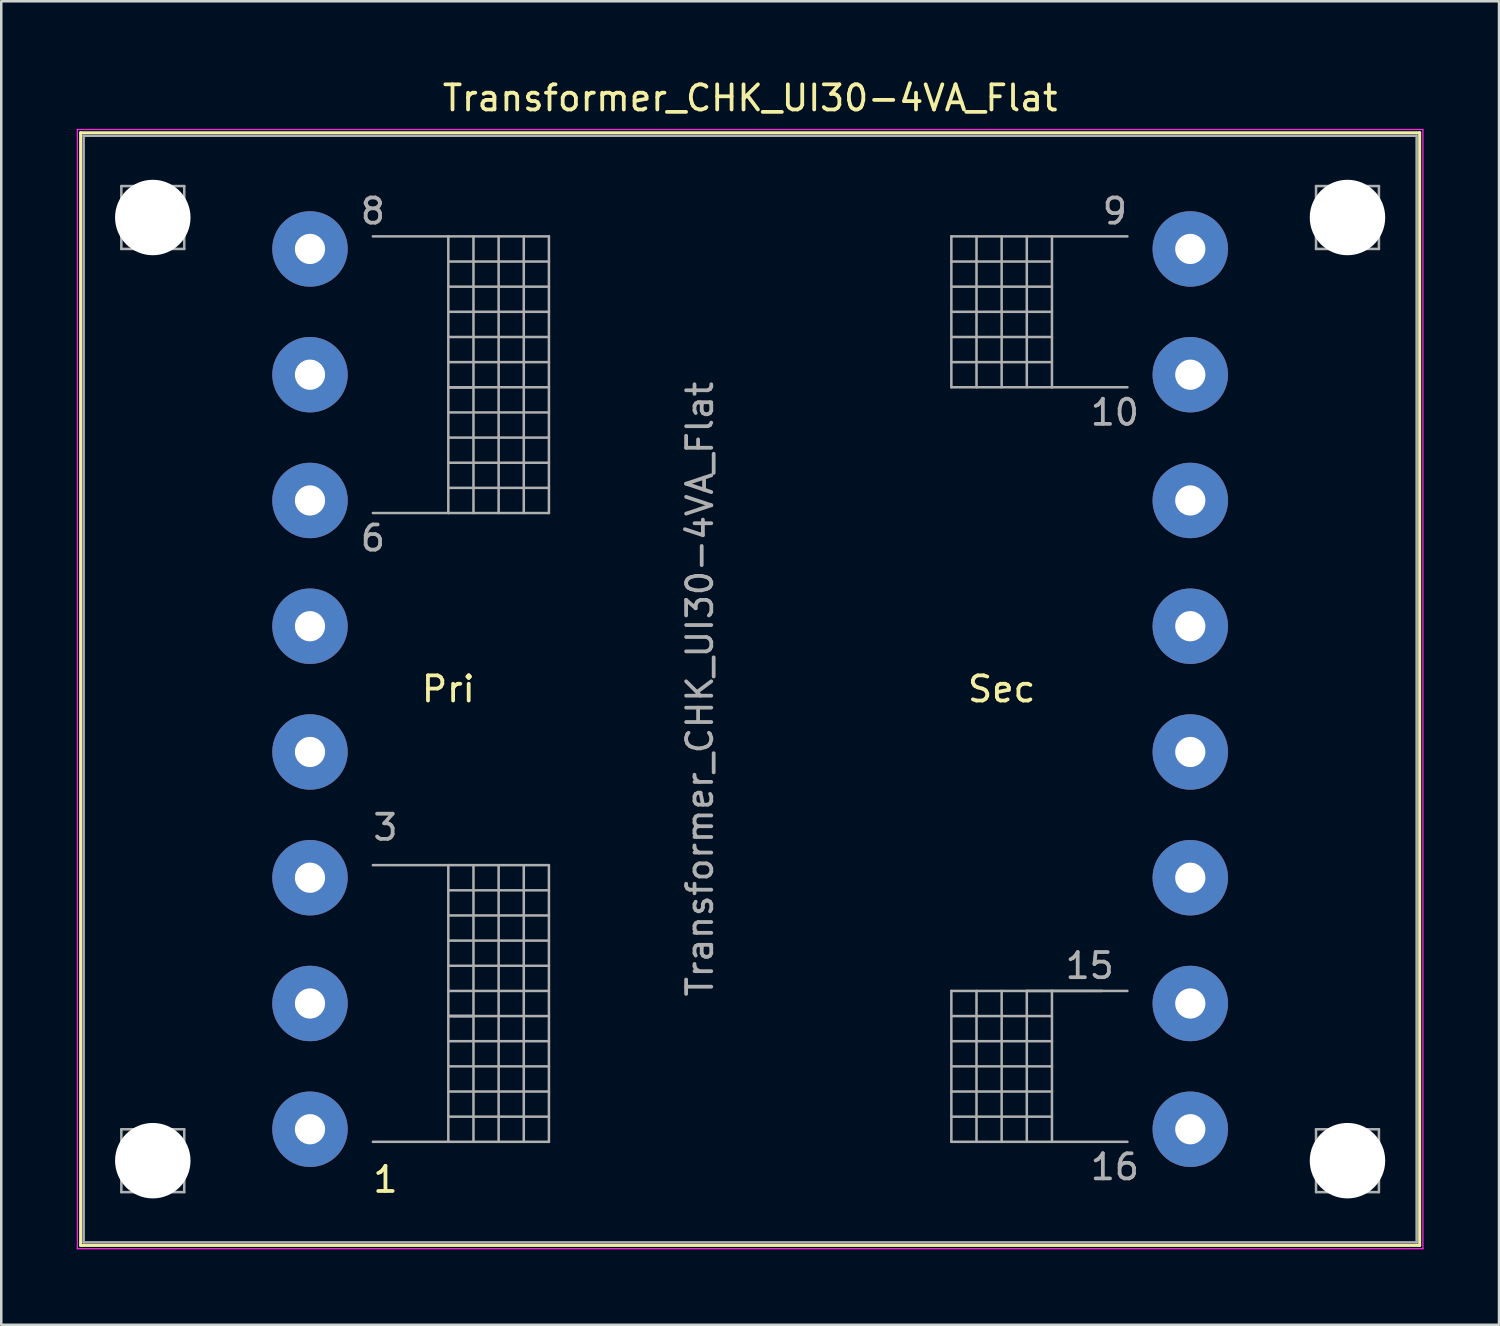
<source format=kicad_pcb>
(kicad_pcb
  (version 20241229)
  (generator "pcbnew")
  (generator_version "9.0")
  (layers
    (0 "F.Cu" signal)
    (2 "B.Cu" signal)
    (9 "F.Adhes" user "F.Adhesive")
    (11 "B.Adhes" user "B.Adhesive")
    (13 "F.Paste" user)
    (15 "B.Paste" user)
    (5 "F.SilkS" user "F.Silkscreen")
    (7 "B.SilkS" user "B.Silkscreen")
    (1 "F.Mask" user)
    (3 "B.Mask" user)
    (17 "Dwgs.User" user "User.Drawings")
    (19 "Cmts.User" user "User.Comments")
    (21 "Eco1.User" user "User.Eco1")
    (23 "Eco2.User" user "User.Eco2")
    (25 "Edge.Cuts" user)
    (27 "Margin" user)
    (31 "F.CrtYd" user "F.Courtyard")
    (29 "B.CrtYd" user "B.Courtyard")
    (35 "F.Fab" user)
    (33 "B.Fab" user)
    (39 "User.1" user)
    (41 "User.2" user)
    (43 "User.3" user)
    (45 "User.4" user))
  (footprint "Transformer_CHK_UI30-4VA_Flat"
    (layer "F.Cu")
    (at 9.275 41.848)
    (property "Reference" "Transformer_CHK_UI30-4VA_Flat" (at 17.5 -41 0) (layer "F.SilkS") (effects (font (size 1 1) (thickness 0.15))))
    (attr through_hole)
    (fp_line (start -9.12 -39.62) (end -9.12 4.62) (stroke (width 0.12) (type solid)) (layer "F.SilkS"))
    (fp_line (start -9.12 -39.62) (end 44.12 -39.62) (stroke (width 0.12) (type solid)) (layer "F.SilkS"))
    (fp_line (start 44.12 4.62) (end -9.12 4.62) (stroke (width 0.12) (type solid)) (layer "F.SilkS"))
    (fp_line (start 44.12 4.62) (end 44.12 -39.62) (stroke (width 0.12) (type solid)) (layer "F.SilkS"))
    (fp_line (start -9.25 -39.75) (end -9.25 4.75) (stroke (width 0.05) (type solid)) (layer "F.CrtYd"))
    (fp_line (start -9.25 -39.75) (end 44.25 -39.75) (stroke (width 0.05) (type solid)) (layer "F.CrtYd"))
    (fp_line (start 44.25 4.75) (end -9.25 4.75) (stroke (width 0.05) (type solid)) (layer "F.CrtYd"))
    (fp_line (start 44.25 4.75) (end 44.25 -39.75) (stroke (width 0.05) (type solid)) (layer "F.CrtYd"))
    (fp_line (start -9 -39.5) (end -9 4.5) (stroke (width 0.1) (type solid)) (layer "F.Fab"))
    (fp_line (start -9 4.5) (end 44 4.5) (stroke (width 0.1) (type solid)) (layer "F.Fab"))
    (fp_line (start -7.5 -37.5) (end -7.5 -35) (stroke (width 0.1) (type solid)) (layer "F.Fab"))
    (fp_line (start -7.5 -35) (end -5 -35) (stroke (width 0.1) (type solid)) (layer "F.Fab"))
    (fp_line (start -7.5 0) (end -7.5 2.5) (stroke (width 0.1) (type solid)) (layer "F.Fab"))
    (fp_line (start -7.5 2.5) (end -5 2.5) (stroke (width 0.1) (type solid)) (layer "F.Fab"))
    (fp_line (start -6.25 -37.5) (end -7.5 -37.5) (stroke (width 0.1) (type solid)) (layer "F.Fab"))
    (fp_line (start -6.25 0) (end -7.5 0) (stroke (width 0.1) (type solid)) (layer "F.Fab"))
    (fp_line (start -5 -37.5) (end -6.25 -37.5) (stroke (width 0.1) (type solid)) (layer "F.Fab"))
    (fp_line (start -5 -35) (end -5 -37.5) (stroke (width 0.1) (type solid)) (layer "F.Fab"))
    (fp_line (start -5 0) (end -6.25 0) (stroke (width 0.1) (type solid)) (layer "F.Fab"))
    (fp_line (start -5 2.5) (end -5 0) (stroke (width 0.1) (type solid)) (layer "F.Fab"))
    (fp_line (start 2.5 -35.5) (end 5.5 -35.5) (stroke (width 0.1) (type solid)) (layer "F.Fab"))
    (fp_line (start 2.5 -10.5) (end 5.5 -10.5) (stroke (width 0.1) (type solid)) (layer "F.Fab"))
    (fp_line (start 5.5 -35.5) (end 5.5 -24.5) (stroke (width 0.1) (type solid)) (layer "F.Fab"))
    (fp_line (start 5.5 -35.5) (end 9.5 -35.5) (stroke (width 0.1) (type solid)) (layer "F.Fab"))
    (fp_line (start 5.5 -34.5) (end 9.5 -34.5) (stroke (width 0.1) (type solid)) (layer "F.Fab"))
    (fp_line (start 5.5 -33.5) (end 9.5 -33.5) (stroke (width 0.1) (type solid)) (layer "F.Fab"))
    (fp_line (start 5.5 -32.5) (end 9.5 -32.5) (stroke (width 0.1) (type solid)) (layer "F.Fab"))
    (fp_line (start 5.5 -31.5) (end 9.5 -31.5) (stroke (width 0.1) (type solid)) (layer "F.Fab"))
    (fp_line (start 5.5 -30.5) (end 9.5 -30.5) (stroke (width 0.1) (type solid)) (layer "F.Fab"))
    (fp_line (start 5.5 -29.5) (end 6.5 -29.5) (stroke (width 0.1) (type solid)) (layer "F.Fab"))
    (fp_line (start 5.5 -28.5) (end 9.5 -28.5) (stroke (width 0.1) (type solid)) (layer "F.Fab"))
    (fp_line (start 5.5 -26.5) (end 8.5 -26.5) (stroke (width 0.1) (type solid)) (layer "F.Fab"))
    (fp_line (start 5.5 -24.5) (end 2.5 -24.5) (stroke (width 0.1) (type solid)) (layer "F.Fab"))
    (fp_line (start 5.5 -10.5) (end 5.5 0.5) (stroke (width 0.1) (type solid)) (layer "F.Fab"))
    (fp_line (start 5.5 -10.5) (end 9.5 -10.5) (stroke (width 0.1) (type solid)) (layer "F.Fab"))
    (fp_line (start 5.5 -9.5) (end 9.5 -9.5) (stroke (width 0.1) (type solid)) (layer "F.Fab"))
    (fp_line (start 5.5 -8.5) (end 9.5 -8.5) (stroke (width 0.1) (type solid)) (layer "F.Fab"))
    (fp_line (start 5.5 -7.5) (end 9.5 -7.5) (stroke (width 0.1) (type solid)) (layer "F.Fab"))
    (fp_line (start 5.5 -6.5) (end 9.5 -6.5) (stroke (width 0.1) (type solid)) (layer "F.Fab"))
    (fp_line (start 5.5 -5.5) (end 9.5 -5.5) (stroke (width 0.1) (type solid)) (layer "F.Fab"))
    (fp_line (start 5.5 -4.5) (end 6.5 -4.5) (stroke (width 0.1) (type solid)) (layer "F.Fab"))
    (fp_line (start 5.5 -3.5) (end 9.5 -3.5) (stroke (width 0.1) (type solid)) (layer "F.Fab"))
    (fp_line (start 5.5 -1.5) (end 8.5 -1.5) (stroke (width 0.1) (type solid)) (layer "F.Fab"))
    (fp_line (start 5.5 0.5) (end 2.5 0.5) (stroke (width 0.1) (type solid)) (layer "F.Fab"))
    (fp_line (start 6.5 -35.5) (end 6.5 -24.5) (stroke (width 0.1) (type solid)) (layer "F.Fab"))
    (fp_line (start 6.5 -29.5) (end 5.5 -29.5) (stroke (width 0.1) (type solid)) (layer "F.Fab"))
    (fp_line (start 6.5 -10.5) (end 6.5 0.5) (stroke (width 0.1) (type solid)) (layer "F.Fab"))
    (fp_line (start 6.5 -4.5) (end 5.5 -4.5) (stroke (width 0.1) (type solid)) (layer "F.Fab"))
    (fp_line (start 7.5 -24.5) (end 7.5 -35.5) (stroke (width 0.1) (type solid)) (layer "F.Fab"))
    (fp_line (start 7.5 0.5) (end 7.5 -10.5) (stroke (width 0.1) (type solid)) (layer "F.Fab"))
    (fp_line (start 8.5 -35.5) (end 8.5 -24.5) (stroke (width 0.1) (type solid)) (layer "F.Fab"))
    (fp_line (start 8.5 -26.5) (end 9.5 -26.5) (stroke (width 0.1) (type solid)) (layer "F.Fab"))
    (fp_line (start 8.5 -10.5) (end 8.5 0.5) (stroke (width 0.1) (type solid)) (layer "F.Fab"))
    (fp_line (start 8.5 -1.5) (end 9.5 -1.5) (stroke (width 0.1) (type solid)) (layer "F.Fab"))
    (fp_line (start 9.5 -35.5) (end 9.5 -24.5) (stroke (width 0.1) (type solid)) (layer "F.Fab"))
    (fp_line (start 9.5 -29.5) (end 5.5 -29.5) (stroke (width 0.1) (type solid)) (layer "F.Fab"))
    (fp_line (start 9.5 -27.5) (end 5.5 -27.5) (stroke (width 0.1) (type solid)) (layer "F.Fab"))
    (fp_line (start 9.5 -25.5) (end 5.5 -25.5) (stroke (width 0.1) (type solid)) (layer "F.Fab"))
    (fp_line (start 9.5 -24.5) (end 5.5 -24.5) (stroke (width 0.1) (type solid)) (layer "F.Fab"))
    (fp_line (start 9.5 -10.5) (end 9.5 0.5) (stroke (width 0.1) (type solid)) (layer "F.Fab"))
    (fp_line (start 9.5 -4.5) (end 5.5 -4.5) (stroke (width 0.1) (type solid)) (layer "F.Fab"))
    (fp_line (start 9.5 -2.5) (end 5.5 -2.5) (stroke (width 0.1) (type solid)) (layer "F.Fab"))
    (fp_line (start 9.5 -0.5) (end 5.5 -0.5) (stroke (width 0.1) (type solid)) (layer "F.Fab"))
    (fp_line (start 9.5 0.5) (end 5.5 0.5) (stroke (width 0.1) (type solid)) (layer "F.Fab"))
    (fp_line (start 25.5 -35.5) (end 25.5 -29.5) (stroke (width 0.1) (type solid)) (layer "F.Fab"))
    (fp_line (start 25.5 -34.5) (end 29.5 -34.5) (stroke (width 0.1) (type solid)) (layer "F.Fab"))
    (fp_line (start 25.5 -32.5) (end 29.5 -32.5) (stroke (width 0.1) (type solid)) (layer "F.Fab"))
    (fp_line (start 25.5 -31.5) (end 29.5 -31.5) (stroke (width 0.1) (type solid)) (layer "F.Fab"))
    (fp_line (start 25.5 -29.5) (end 29.5 -29.5) (stroke (width 0.1) (type solid)) (layer "F.Fab"))
    (fp_line (start 25.5 -5.5) (end 25.5 0.5) (stroke (width 0.1) (type solid)) (layer "F.Fab"))
    (fp_line (start 25.5 -4.5) (end 29.5 -4.5) (stroke (width 0.1) (type solid)) (layer "F.Fab"))
    (fp_line (start 25.5 -2.5) (end 29.5 -2.5) (stroke (width 0.1) (type solid)) (layer "F.Fab"))
    (fp_line (start 25.5 -1.5) (end 29.5 -1.5) (stroke (width 0.1) (type solid)) (layer "F.Fab"))
    (fp_line (start 25.5 0.5) (end 29.5 0.5) (stroke (width 0.1) (type solid)) (layer "F.Fab"))
    (fp_line (start 26.5 -35.5) (end 26.5 -29.5) (stroke (width 0.1) (type solid)) (layer "F.Fab"))
    (fp_line (start 26.5 -5.5) (end 26.5 0.5) (stroke (width 0.1) (type solid)) (layer "F.Fab"))
    (fp_line (start 27.5 -35.5) (end 27.5 -29.5) (stroke (width 0.1) (type solid)) (layer "F.Fab"))
    (fp_line (start 27.5 -5.5) (end 27.5 0.5) (stroke (width 0.1) (type solid)) (layer "F.Fab"))
    (fp_line (start 28.5 -35.5) (end 28.5 -29.5) (stroke (width 0.1) (type solid)) (layer "F.Fab"))
    (fp_line (start 28.5 -5.5) (end 28.5 0.5) (stroke (width 0.1) (type solid)) (layer "F.Fab"))
    (fp_line (start 29.5 -35.5) (end 25.5 -35.5) (stroke (width 0.1) (type solid)) (layer "F.Fab"))
    (fp_line (start 29.5 -35.5) (end 29.5 -29.5) (stroke (width 0.1) (type solid)) (layer "F.Fab"))
    (fp_line (start 29.5 -33.5) (end 25.5 -33.5) (stroke (width 0.1) (type solid)) (layer "F.Fab"))
    (fp_line (start 29.5 -30.5) (end 25.5 -30.5) (stroke (width 0.1) (type solid)) (layer "F.Fab"))
    (fp_line (start 29.5 -29.5) (end 32.5 -29.5) (stroke (width 0.1) (type solid)) (layer "F.Fab"))
    (fp_line (start 29.5 -5.5) (end 25.5 -5.5) (stroke (width 0.1) (type solid)) (layer "F.Fab"))
    (fp_line (start 29.5 -5.5) (end 29.5 0.5) (stroke (width 0.1) (type solid)) (layer "F.Fab"))
    (fp_line (start 29.5 -3.5) (end 25.5 -3.5) (stroke (width 0.1) (type solid)) (layer "F.Fab"))
    (fp_line (start 29.5 -0.5) (end 25.5 -0.5) (stroke (width 0.1) (type solid)) (layer "F.Fab"))
    (fp_line (start 29.5 0.5) (end 32.5 0.5) (stroke (width 0.1) (type solid)) (layer "F.Fab"))
    (fp_line (start 31.5 -5.5) (end 28.5 -5.5) (stroke (width 0.1) (type solid)) (layer "F.Fab"))
    (fp_line (start 32.5 -35.5) (end 29.5 -35.5) (stroke (width 0.1) (type solid)) (layer "F.Fab"))
    (fp_line (start 32.5 -5.5) (end 29.5 -5.5) (stroke (width 0.1) (type solid)) (layer "F.Fab"))
    (fp_line (start 40 -37.5) (end 40 -35) (stroke (width 0.1) (type solid)) (layer "F.Fab"))
    (fp_line (start 40 -35) (end 42.5 -35) (stroke (width 0.1) (type solid)) (layer "F.Fab"))
    (fp_line (start 40 0) (end 40 2.5) (stroke (width 0.1) (type solid)) (layer "F.Fab"))
    (fp_line (start 40 2.5) (end 42.5 2.5) (stroke (width 0.1) (type solid)) (layer "F.Fab"))
    (fp_line (start 41.25 -37.5) (end 40 -37.5) (stroke (width 0.1) (type solid)) (layer "F.Fab"))
    (fp_line (start 41.25 0) (end 40 0) (stroke (width 0.1) (type solid)) (layer "F.Fab"))
    (fp_line (start 42.5 -37.5) (end 41.25 -37.5) (stroke (width 0.1) (type solid)) (layer "F.Fab"))
    (fp_line (start 42.5 -35) (end 42.5 -37.5) (stroke (width 0.1) (type solid)) (layer "F.Fab"))
    (fp_line (start 42.5 0) (end 41.25 0) (stroke (width 0.1) (type solid)) (layer "F.Fab"))
    (fp_line (start 42.5 2.5) (end 42.5 0) (stroke (width 0.1) (type solid)) (layer "F.Fab"))
    (fp_line (start 44 -39.5) (end -9 -39.5) (stroke (width 0.1) (type solid)) (layer "F.Fab"))
    (fp_line (start 44 4.5) (end 44 -39.5) (stroke (width 0.1) (type solid)) (layer "F.Fab"))
    (fp_text user "Sec" (at 27.5 -17.5 0) (layer "F.SilkS") (effects (font (size 1 1) (thickness 0.15))))
    (fp_text user "Pri" (at 5.5 -17.5 0) (layer "F.SilkS") (effects (font (size 1 1) (thickness 0.15))))
    (fp_text user "1" (at 3 2 0) (layer "F.SilkS") (effects (font (size 1 1) (thickness 0.15))))
    (fp_text user "10" (at 32 -28.5 0) (layer "F.Fab") (effects (font (size 1 1) (thickness 0.15))))
    (fp_text user "3" (at 3 -12 0) (layer "F.Fab") (effects (font (size 1 1) (thickness 0.15))))
    (fp_text user "${REFERENCE}" (at 15.5 -17.5 90) (layer "F.Fab") (effects (font (size 1 1) (thickness 0.15))))
    (fp_text user "9" (at 32 -36.5 0) (layer "F.Fab") (effects (font (size 1 1) (thickness 0.15))))
    (fp_text user "8" (at 2.5 -36.5 0) (layer "F.Fab") (effects (font (size 1 1) (thickness 0.15))))
    (fp_text user "16" (at 32 1.5 0) (layer "F.Fab") (effects (font (size 1 1) (thickness 0.15))))
    (fp_text user "6" (at 2.5 -23.5 0) (layer "F.Fab") (effects (font (size 1 1) (thickness 0.15))))
    (fp_text user "15" (at 31 -6.5 0) (layer "F.Fab") (effects (font (size 1 1) (thickness 0.15))))
    (pad "" np_thru_hole circle (at -6.25 -36.25) (size 3 3) (drill 3) (layers "*.Cu" "*.Mask"))
    (pad "" np_thru_hole circle (at -6.25 1.25) (size 3 3) (drill 3) (layers "*.Cu" "*.Mask"))
    (pad "" np_thru_hole circle (at 41.25 -36.25) (size 3 3) (drill 3) (layers "*.Cu" "*.Mask"))
    (pad "" np_thru_hole circle (at 41.25 1.25) (size 3 3) (drill 3) (layers "*.Cu" "*.Mask"))
    (pad "1" thru_hole circle (at 0 0) (size 3 3) (drill 1.2) (layers "*.Cu" "*.Mask"))
    (pad "2" thru_hole circle (at 0 -5) (size 3 3) (drill 1.2) (layers "*.Cu" "*.Mask"))
    (pad "3" thru_hole circle (at 0 -10) (size 3 3) (drill 1.2) (layers "*.Cu" "*.Mask"))
    (pad "4" thru_hole circle (at 0 -15) (size 3 3) (drill 1.2) (layers "*.Cu" "*.Mask"))
    (pad "5" thru_hole circle (at 0 -20) (size 3 3) (drill 1.2) (layers "*.Cu" "*.Mask"))
    (pad "6" thru_hole circle (at 0 -25) (size 3 3) (drill 1.2) (layers "*.Cu" "*.Mask"))
    (pad "7" thru_hole circle (at 0 -30) (size 3 3) (drill 1.2) (layers "*.Cu" "*.Mask"))
    (pad "8" thru_hole circle (at 0 -35) (size 3 3) (drill 1.2) (layers "*.Cu" "*.Mask"))
    (pad "9" thru_hole circle (at 35 -35) (size 3 3) (drill 1.2) (layers "*.Cu" "*.Mask"))
    (pad "10" thru_hole circle (at 35 -30) (size 3 3) (drill 1.2) (layers "*.Cu" "*.Mask"))
    (pad "11" thru_hole circle (at 35 -25) (size 3 3) (drill 1.2) (layers "*.Cu" "*.Mask"))
    (pad "12" thru_hole circle (at 35 -20) (size 3 3) (drill 1.2) (layers "*.Cu" "*.Mask"))
    (pad "13" thru_hole circle (at 35 -15) (size 3 3) (drill 1.2) (layers "*.Cu" "*.Mask"))
    (pad "14" thru_hole circle (at 35 -10) (size 3 3) (drill 1.2) (layers "*.Cu" "*.Mask"))
    (pad "15" thru_hole circle (at 35 -5) (size 3 3) (drill 1.2) (layers "*.Cu" "*.Mask"))
    (pad "16" thru_hole circle (at 35 0) (size 3 3) (drill 1.2) (layers "*.Cu" "*.Mask")))
  (gr_rect
    (start -3 -3)
    (end 56.55 49.623)
    (stroke (width 0.1) (type default))
    (fill no)
    (layer "Edge.Cuts")))
</source>
